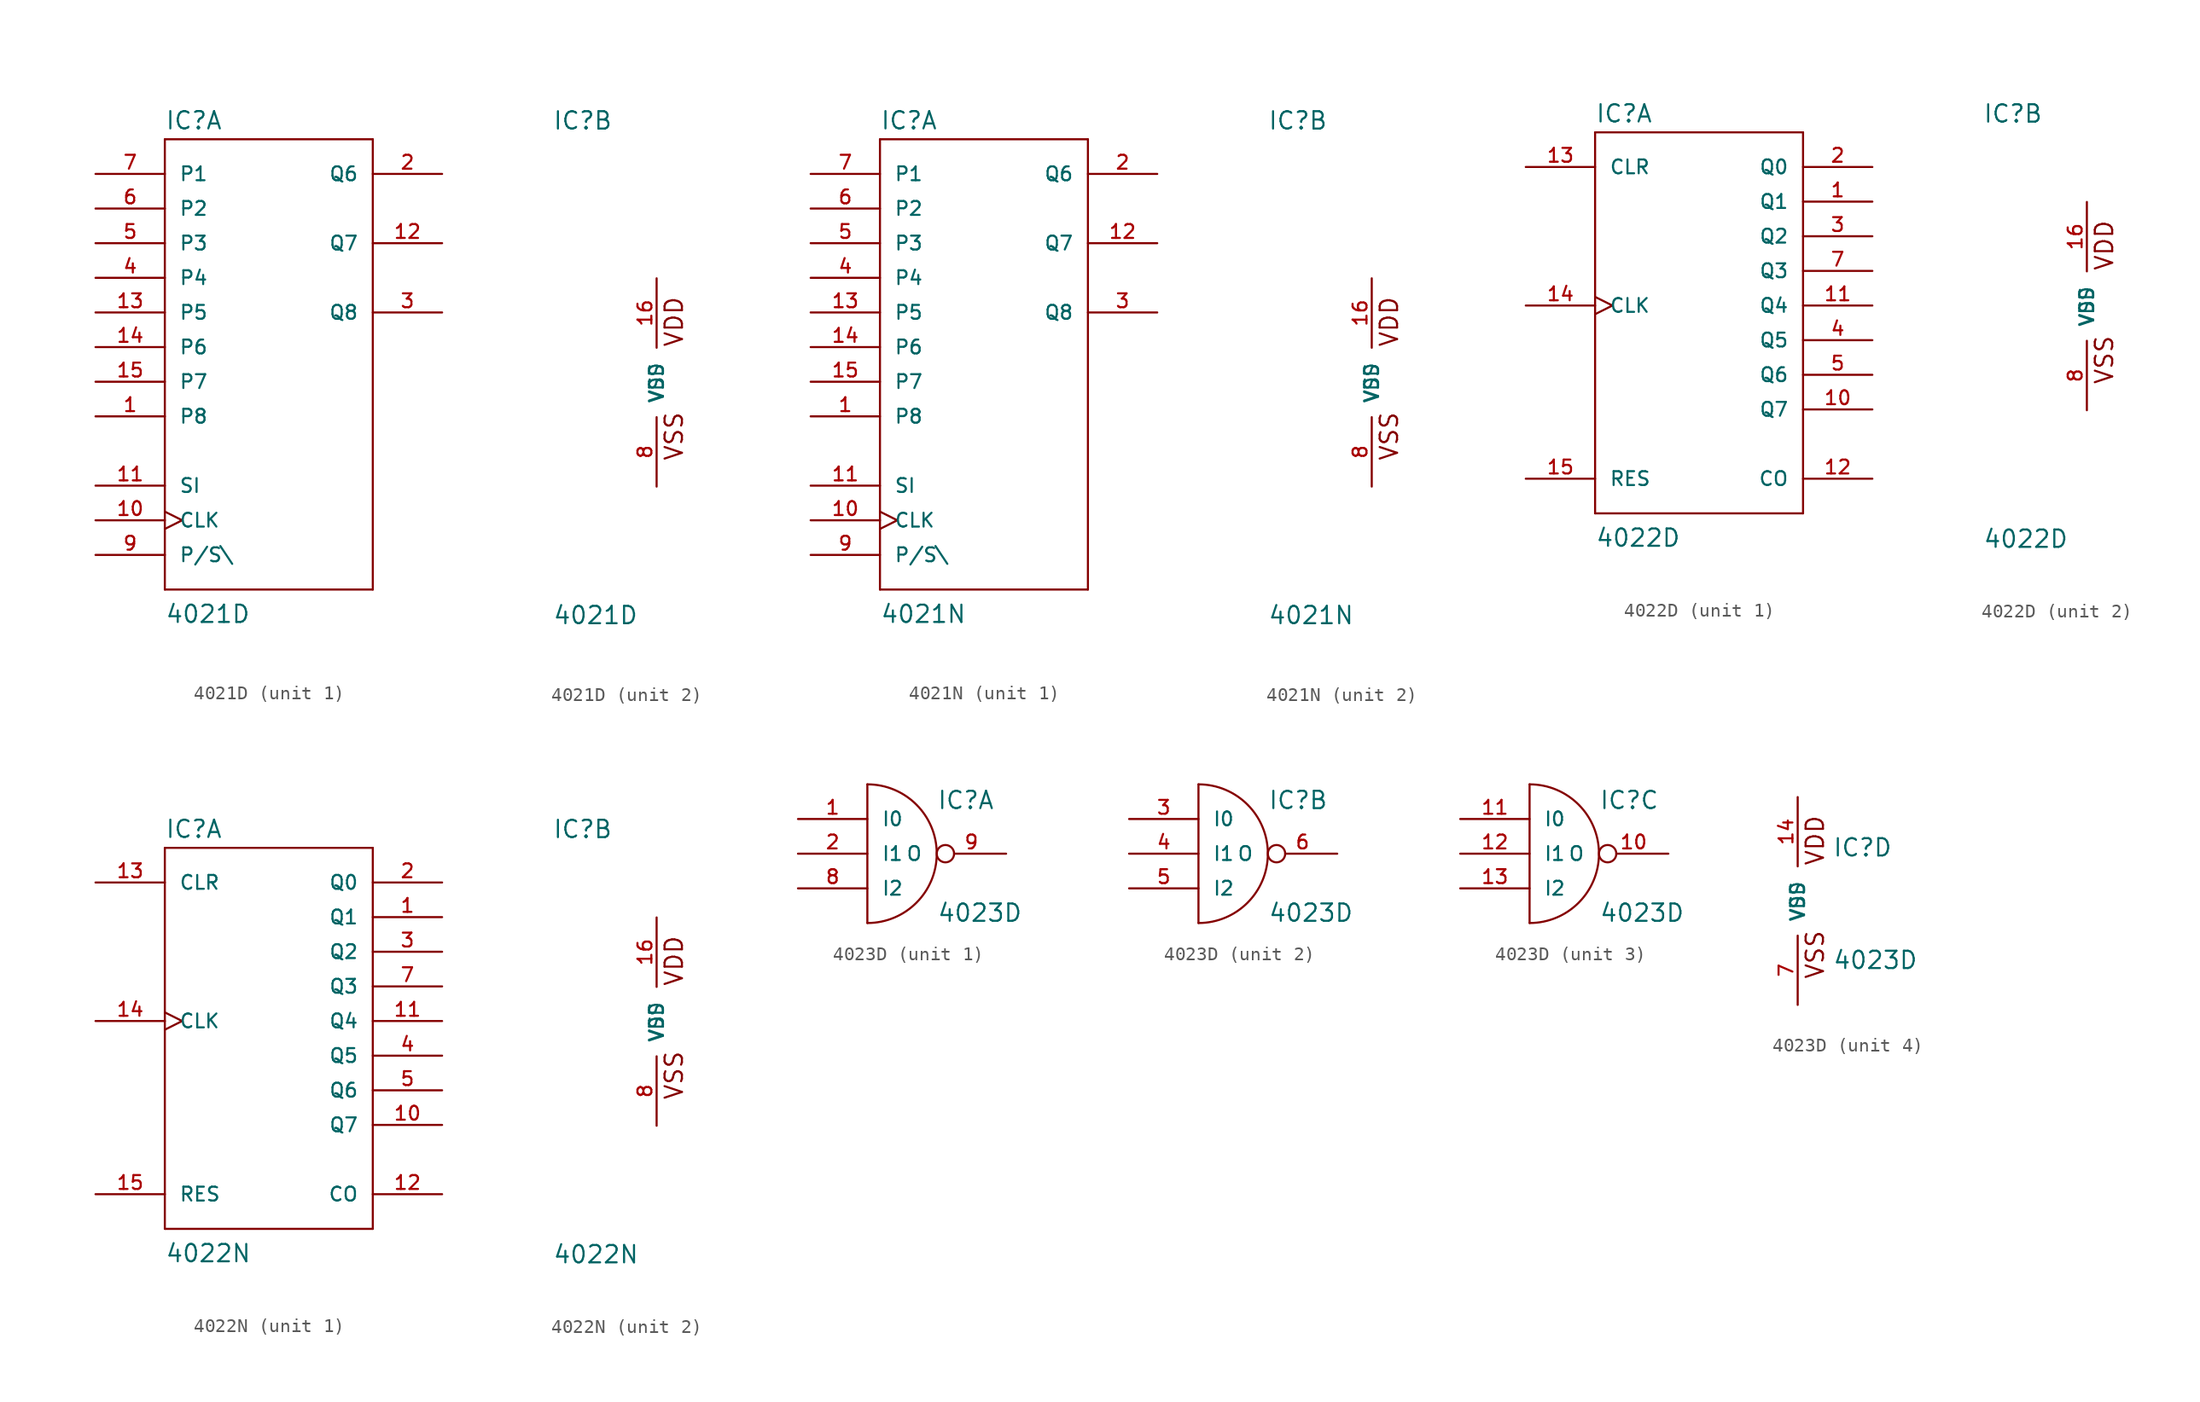
<source format=kicad_sym>
(kicad_symbol_lib
  (version 20211014)
  (generator kicad_symbol_editor)
  (symbol "4021D"
    (pin_names
      (offset 1.016))
    (property "Reference" "IC"
      (at -7.62 18.415 0)
      (effects (font (size 1.27 1.27)) (justify left bottom)))
    (property "Value" "4021D"
      (at -7.62 -17.78 0)
      (effects (font (size 1.27 1.27)) (justify left bottom)))
    (property "ki_locked" ""
      (at 0 0 0)
      (effects (font (size 1.27 1.27))))
    (symbol "4021D_1_0"
      (polyline (pts (xy -7.62 -15.24) (xy 7.62 -15.24)) (stroke (width 0) (type default) (color 0 0 0 0)) (fill (type none)))
      (polyline (pts (xy -7.62 17.78) (xy -7.62 -15.24)) (stroke (width 0) (type default) (color 0 0 0 0)) (fill (type none)))
      (polyline (pts (xy 7.62 -15.24) (xy 7.62 17.78)) (stroke (width 0) (type default) (color 0 0 0 0)) (fill (type none)))
      (polyline (pts (xy 7.62 17.78) (xy -7.62 17.78)) (stroke (width 0) (type default) (color 0 0 0 0)) (fill (type none))))
    (symbol "4021D_1_1"
      (pin input line (at -12.7 -2.54 0) (length 5.08) (name "P8" (effects (font (size 1.016 1.016)))) (number "1" (effects (font (size 1.016 1.016)))))
      (pin input clock (at -12.7 -10.16 0) (length 5.08) (name "CLK" (effects (font (size 1.016 1.016)))) (number "10" (effects (font (size 1.016 1.016)))))
      (pin input line (at -12.7 -7.62 0) (length 5.08) (name "SI" (effects (font (size 1.016 1.016)))) (number "11" (effects (font (size 1.016 1.016)))))
      (pin output line (at 12.7 10.16 180) (length 5.08) (name "Q7" (effects (font (size 1.016 1.016)))) (number "12" (effects (font (size 1.016 1.016)))))
      (pin input line (at -12.7 5.08 0) (length 5.08) (name "P5" (effects (font (size 1.016 1.016)))) (number "13" (effects (font (size 1.016 1.016)))))
      (pin input line (at -12.7 2.54 0) (length 5.08) (name "P6" (effects (font (size 1.016 1.016)))) (number "14" (effects (font (size 1.016 1.016)))))
      (pin input line (at -12.7 0 0) (length 5.08) (name "P7" (effects (font (size 1.016 1.016)))) (number "15" (effects (font (size 1.016 1.016)))))
      (pin output line (at 12.7 15.24 180) (length 5.08) (name "Q6" (effects (font (size 1.016 1.016)))) (number "2" (effects (font (size 1.016 1.016)))))
      (pin output line (at 12.7 5.08 180) (length 5.08) (name "Q8" (effects (font (size 1.016 1.016)))) (number "3" (effects (font (size 1.016 1.016)))))
      (pin input line (at -12.7 7.62 0) (length 5.08) (name "P4" (effects (font (size 1.016 1.016)))) (number "4" (effects (font (size 1.016 1.016)))))
      (pin input line (at -12.7 10.16 0) (length 5.08) (name "P3" (effects (font (size 1.016 1.016)))) (number "5" (effects (font (size 1.016 1.016)))))
      (pin input line (at -12.7 12.7 0) (length 5.08) (name "P2" (effects (font (size 1.016 1.016)))) (number "6" (effects (font (size 1.016 1.016)))))
      (pin input line (at -12.7 15.24 0) (length 5.08) (name "P1" (effects (font (size 1.016 1.016)))) (number "7" (effects (font (size 1.016 1.016)))))
      (pin input line (at -12.7 -12.7 0) (length 5.08) (name "P/S\\" (effects (font (size 1.016 1.016)))) (number "9" (effects (font (size 1.016 1.016))))))
    (symbol "4021D_2_0"
      (text "VDD" (at 1.27 4.445 1) (effects (font (size 1.27 1.27))))
      (text "VSS" (at 1.27 -3.937 1) (effects (font (size 1.27 1.27)))))
    (symbol "4021D_2_1"
      (pin power_in line (at 0 7.62 270) (length 5.08) (name "VDD" (effects (font (size 1.016 1.016)))) (number "16" (effects (font (size 1.016 1.016)))))
      (pin power_in line (at 0 -7.62 90) (length 5.08) (name "VSS" (effects (font (size 1.016 1.016)))) (number "8" (effects (font (size 1.016 1.016)))))))
  (symbol "4021N"
    (pin_names
      (offset 1.016))
    (property "Reference" "IC"
      (at -7.62 18.415 0)
      (effects (font (size 1.27 1.27)) (justify left bottom)))
    (property "Value" "4021N"
      (at -7.62 -17.78 0)
      (effects (font (size 1.27 1.27)) (justify left bottom)))
    (property "ki_locked" ""
      (at 0 0 0)
      (effects (font (size 1.27 1.27))))
    (symbol "4021N_1_0"
      (polyline (pts (xy -7.62 -15.24) (xy 7.62 -15.24)) (stroke (width 0) (type default) (color 0 0 0 0)) (fill (type none)))
      (polyline (pts (xy -7.62 17.78) (xy -7.62 -15.24)) (stroke (width 0) (type default) (color 0 0 0 0)) (fill (type none)))
      (polyline (pts (xy 7.62 -15.24) (xy 7.62 17.78)) (stroke (width 0) (type default) (color 0 0 0 0)) (fill (type none)))
      (polyline (pts (xy 7.62 17.78) (xy -7.62 17.78)) (stroke (width 0) (type default) (color 0 0 0 0)) (fill (type none))))
    (symbol "4021N_1_1"
      (pin input line (at -12.7 -2.54 0) (length 5.08) (name "P8" (effects (font (size 1.016 1.016)))) (number "1" (effects (font (size 1.016 1.016)))))
      (pin input clock (at -12.7 -10.16 0) (length 5.08) (name "CLK" (effects (font (size 1.016 1.016)))) (number "10" (effects (font (size 1.016 1.016)))))
      (pin input line (at -12.7 -7.62 0) (length 5.08) (name "SI" (effects (font (size 1.016 1.016)))) (number "11" (effects (font (size 1.016 1.016)))))
      (pin output line (at 12.7 10.16 180) (length 5.08) (name "Q7" (effects (font (size 1.016 1.016)))) (number "12" (effects (font (size 1.016 1.016)))))
      (pin input line (at -12.7 5.08 0) (length 5.08) (name "P5" (effects (font (size 1.016 1.016)))) (number "13" (effects (font (size 1.016 1.016)))))
      (pin input line (at -12.7 2.54 0) (length 5.08) (name "P6" (effects (font (size 1.016 1.016)))) (number "14" (effects (font (size 1.016 1.016)))))
      (pin input line (at -12.7 0 0) (length 5.08) (name "P7" (effects (font (size 1.016 1.016)))) (number "15" (effects (font (size 1.016 1.016)))))
      (pin output line (at 12.7 15.24 180) (length 5.08) (name "Q6" (effects (font (size 1.016 1.016)))) (number "2" (effects (font (size 1.016 1.016)))))
      (pin output line (at 12.7 5.08 180) (length 5.08) (name "Q8" (effects (font (size 1.016 1.016)))) (number "3" (effects (font (size 1.016 1.016)))))
      (pin input line (at -12.7 7.62 0) (length 5.08) (name "P4" (effects (font (size 1.016 1.016)))) (number "4" (effects (font (size 1.016 1.016)))))
      (pin input line (at -12.7 10.16 0) (length 5.08) (name "P3" (effects (font (size 1.016 1.016)))) (number "5" (effects (font (size 1.016 1.016)))))
      (pin input line (at -12.7 12.7 0) (length 5.08) (name "P2" (effects (font (size 1.016 1.016)))) (number "6" (effects (font (size 1.016 1.016)))))
      (pin input line (at -12.7 15.24 0) (length 5.08) (name "P1" (effects (font (size 1.016 1.016)))) (number "7" (effects (font (size 1.016 1.016)))))
      (pin input line (at -12.7 -12.7 0) (length 5.08) (name "P/S\\" (effects (font (size 1.016 1.016)))) (number "9" (effects (font (size 1.016 1.016))))))
    (symbol "4021N_2_0"
      (text "VDD" (at 1.27 4.445 1) (effects (font (size 1.27 1.27))))
      (text "VSS" (at 1.27 -3.937 1) (effects (font (size 1.27 1.27)))))
    (symbol "4021N_2_1"
      (pin power_in line (at 0 7.62 270) (length 5.08) (name "VDD" (effects (font (size 1.016 1.016)))) (number "16" (effects (font (size 1.016 1.016)))))
      (pin power_in line (at 0 -7.62 90) (length 5.08) (name "VSS" (effects (font (size 1.016 1.016)))) (number "8" (effects (font (size 1.016 1.016)))))))
  (symbol "4022D"
    (pin_names
      (offset 1.016))
    (property "Reference" "IC"
      (at -7.62 13.335 0)
      (effects (font (size 1.27 1.27)) (justify left bottom)))
    (property "Value" "4022D"
      (at -7.62 -17.78 0)
      (effects (font (size 1.27 1.27)) (justify left bottom)))
    (property "ki_locked" ""
      (at 0 0 0)
      (effects (font (size 1.27 1.27))))
    (symbol "4022D_1_0"
      (polyline (pts (xy -7.62 -15.24) (xy 7.62 -15.24)) (stroke (width 0) (type default) (color 0 0 0 0)) (fill (type none)))
      (polyline (pts (xy -7.62 12.7) (xy -7.62 -15.24)) (stroke (width 0) (type default) (color 0 0 0 0)) (fill (type none)))
      (polyline (pts (xy 7.62 -15.24) (xy 7.62 12.7)) (stroke (width 0) (type default) (color 0 0 0 0)) (fill (type none)))
      (polyline (pts (xy 7.62 12.7) (xy -7.62 12.7)) (stroke (width 0) (type default) (color 0 0 0 0)) (fill (type none))))
    (symbol "4022D_1_1"
      (pin output line (at 12.7 7.62 180) (length 5.08) (name "Q1" (effects (font (size 1.016 1.016)))) (number "1" (effects (font (size 1.016 1.016)))))
      (pin output line (at 12.7 -7.62 180) (length 5.08) (name "Q7" (effects (font (size 1.016 1.016)))) (number "10" (effects (font (size 1.016 1.016)))))
      (pin output line (at 12.7 0 180) (length 5.08) (name "Q4" (effects (font (size 1.016 1.016)))) (number "11" (effects (font (size 1.016 1.016)))))
      (pin output line (at 12.7 -12.7 180) (length 5.08) (name "CO" (effects (font (size 1.016 1.016)))) (number "12" (effects (font (size 1.016 1.016)))))
      (pin input line (at -12.7 10.16 0) (length 5.08) (name "CLR" (effects (font (size 1.016 1.016)))) (number "13" (effects (font (size 1.016 1.016)))))
      (pin input clock (at -12.7 0 0) (length 5.08) (name "CLK" (effects (font (size 1.016 1.016)))) (number "14" (effects (font (size 1.016 1.016)))))
      (pin input line (at -12.7 -12.7 0) (length 5.08) (name "RES" (effects (font (size 1.016 1.016)))) (number "15" (effects (font (size 1.016 1.016)))))
      (pin output line (at 12.7 10.16 180) (length 5.08) (name "Q0" (effects (font (size 1.016 1.016)))) (number "2" (effects (font (size 1.016 1.016)))))
      (pin output line (at 12.7 5.08 180) (length 5.08) (name "Q2" (effects (font (size 1.016 1.016)))) (number "3" (effects (font (size 1.016 1.016)))))
      (pin output line (at 12.7 -2.54 180) (length 5.08) (name "Q5" (effects (font (size 1.016 1.016)))) (number "4" (effects (font (size 1.016 1.016)))))
      (pin output line (at 12.7 -5.08 180) (length 5.08) (name "Q6" (effects (font (size 1.016 1.016)))) (number "5" (effects (font (size 1.016 1.016)))))
      (pin output line (at 12.7 2.54 180) (length 5.08) (name "Q3" (effects (font (size 1.016 1.016)))) (number "7" (effects (font (size 1.016 1.016))))))
    (symbol "4022D_2_0"
      (text "VDD" (at 1.27 4.445 1) (effects (font (size 1.27 1.27))))
      (text "VSS" (at 1.27 -3.937 1) (effects (font (size 1.27 1.27)))))
    (symbol "4022D_2_1"
      (pin power_in line (at 0 7.62 270) (length 5.08) (name "VDD" (effects (font (size 1.016 1.016)))) (number "16" (effects (font (size 1.016 1.016)))))
      (pin power_in line (at 0 -7.62 90) (length 5.08) (name "VSS" (effects (font (size 1.016 1.016)))) (number "8" (effects (font (size 1.016 1.016)))))))
  (symbol "4022N"
    (pin_names
      (offset 1.016))
    (property "Reference" "IC"
      (at -7.62 13.335 0)
      (effects (font (size 1.27 1.27)) (justify left bottom)))
    (property "Value" "4022N"
      (at -7.62 -17.78 0)
      (effects (font (size 1.27 1.27)) (justify left bottom)))
    (property "ki_locked" ""
      (at 0 0 0)
      (effects (font (size 1.27 1.27))))
    (symbol "4022N_1_0"
      (polyline (pts (xy -7.62 -15.24) (xy 7.62 -15.24)) (stroke (width 0) (type default) (color 0 0 0 0)) (fill (type none)))
      (polyline (pts (xy -7.62 12.7) (xy -7.62 -15.24)) (stroke (width 0) (type default) (color 0 0 0 0)) (fill (type none)))
      (polyline (pts (xy 7.62 -15.24) (xy 7.62 12.7)) (stroke (width 0) (type default) (color 0 0 0 0)) (fill (type none)))
      (polyline (pts (xy 7.62 12.7) (xy -7.62 12.7)) (stroke (width 0) (type default) (color 0 0 0 0)) (fill (type none))))
    (symbol "4022N_1_1"
      (pin output line (at 12.7 7.62 180) (length 5.08) (name "Q1" (effects (font (size 1.016 1.016)))) (number "1" (effects (font (size 1.016 1.016)))))
      (pin output line (at 12.7 -7.62 180) (length 5.08) (name "Q7" (effects (font (size 1.016 1.016)))) (number "10" (effects (font (size 1.016 1.016)))))
      (pin output line (at 12.7 0 180) (length 5.08) (name "Q4" (effects (font (size 1.016 1.016)))) (number "11" (effects (font (size 1.016 1.016)))))
      (pin output line (at 12.7 -12.7 180) (length 5.08) (name "CO" (effects (font (size 1.016 1.016)))) (number "12" (effects (font (size 1.016 1.016)))))
      (pin input line (at -12.7 10.16 0) (length 5.08) (name "CLR" (effects (font (size 1.016 1.016)))) (number "13" (effects (font (size 1.016 1.016)))))
      (pin input clock (at -12.7 0 0) (length 5.08) (name "CLK" (effects (font (size 1.016 1.016)))) (number "14" (effects (font (size 1.016 1.016)))))
      (pin input line (at -12.7 -12.7 0) (length 5.08) (name "RES" (effects (font (size 1.016 1.016)))) (number "15" (effects (font (size 1.016 1.016)))))
      (pin output line (at 12.7 10.16 180) (length 5.08) (name "Q0" (effects (font (size 1.016 1.016)))) (number "2" (effects (font (size 1.016 1.016)))))
      (pin output line (at 12.7 5.08 180) (length 5.08) (name "Q2" (effects (font (size 1.016 1.016)))) (number "3" (effects (font (size 1.016 1.016)))))
      (pin output line (at 12.7 -2.54 180) (length 5.08) (name "Q5" (effects (font (size 1.016 1.016)))) (number "4" (effects (font (size 1.016 1.016)))))
      (pin output line (at 12.7 -5.08 180) (length 5.08) (name "Q6" (effects (font (size 1.016 1.016)))) (number "5" (effects (font (size 1.016 1.016)))))
      (pin output line (at 12.7 2.54 180) (length 5.08) (name "Q3" (effects (font (size 1.016 1.016)))) (number "7" (effects (font (size 1.016 1.016))))))
    (symbol "4022N_2_0"
      (text "VDD" (at 1.27 4.445 1) (effects (font (size 1.27 1.27))))
      (text "VSS" (at 1.27 -3.937 1) (effects (font (size 1.27 1.27)))))
    (symbol "4022N_2_1"
      (pin power_in line (at 0 7.62 270) (length 5.08) (name "VDD" (effects (font (size 1.016 1.016)))) (number "16" (effects (font (size 1.016 1.016)))))
      (pin power_in line (at 0 -7.62 90) (length 5.08) (name "VSS" (effects (font (size 1.016 1.016)))) (number "8" (effects (font (size 1.016 1.016)))))))
  (symbol "4023D"
    (pin_names
      (offset 1.016))
    (property "Reference" "IC"
      (at 2.54 3.175 0)
      (effects (font (size 1.27 1.27)) (justify left bottom)))
    (property "Value" "4023D"
      (at 2.54 -5.08 0)
      (effects (font (size 1.27 1.27)) (justify left bottom)))
    (property "ki_locked" ""
      (at 0 0 0)
      (effects (font (size 1.27 1.27))))
    (symbol "4023D_1_0"
      (polyline (pts (xy -2.54 5.08) (xy -2.54 -5.08)) (stroke (width 0) (type default) (color 0 0 0 0)) (fill (type none))))
    (symbol "4023D_1_1"
      (arc (start -2.54 -5.08) (mid 2.54 0) (end -2.54 5.08) (stroke (width 0) (type default) (color 0 0 0 0)) (fill (type none)))
      (pin input line (at -7.62 2.54 0) (length 5.08) (name "I0" (effects (font (size 1.016 1.016)))) (number "1" (effects (font (size 1.016 1.016)))))
      (pin input line (at -7.62 0 0) (length 5.08) (name "I1" (effects (font (size 1.016 1.016)))) (number "2" (effects (font (size 1.016 1.016)))))
      (pin input line (at -7.62 -2.54 0) (length 5.08) (name "I2" (effects (font (size 1.016 1.016)))) (number "8" (effects (font (size 1.016 1.016)))))
      (pin output inverted (at 7.62 0 180) (length 5.08) (name "O" (effects (font (size 1.016 1.016)))) (number "9" (effects (font (size 1.016 1.016))))))
    (symbol "4023D_2_0"
      (polyline (pts (xy -2.54 5.08) (xy -2.54 -5.08)) (stroke (width 0) (type default) (color 0 0 0 0)) (fill (type none))))
    (symbol "4023D_2_1"
      (arc (start -2.54 -5.08) (mid 2.54 0) (end -2.54 5.08) (stroke (width 0) (type default) (color 0 0 0 0)) (fill (type none)))
      (pin input line (at -7.62 2.54 0) (length 5.08) (name "I0" (effects (font (size 1.016 1.016)))) (number "3" (effects (font (size 1.016 1.016)))))
      (pin input line (at -7.62 0 0) (length 5.08) (name "I1" (effects (font (size 1.016 1.016)))) (number "4" (effects (font (size 1.016 1.016)))))
      (pin input line (at -7.62 -2.54 0) (length 5.08) (name "I2" (effects (font (size 1.016 1.016)))) (number "5" (effects (font (size 1.016 1.016)))))
      (pin output inverted (at 7.62 0 180) (length 5.08) (name "O" (effects (font (size 1.016 1.016)))) (number "6" (effects (font (size 1.016 1.016))))))
    (symbol "4023D_3_0"
      (polyline (pts (xy -2.54 5.08) (xy -2.54 -5.08)) (stroke (width 0) (type default) (color 0 0 0 0)) (fill (type none))))
    (symbol "4023D_3_1"
      (arc (start -2.54 -5.08) (mid 2.54 0) (end -2.54 5.08) (stroke (width 0) (type default) (color 0 0 0 0)) (fill (type none)))
      (pin output inverted (at 7.62 0 180) (length 5.08) (name "O" (effects (font (size 1.016 1.016)))) (number "10" (effects (font (size 1.016 1.016)))))
      (pin input line (at -7.62 2.54 0) (length 5.08) (name "I0" (effects (font (size 1.016 1.016)))) (number "11" (effects (font (size 1.016 1.016)))))
      (pin input line (at -7.62 0 0) (length 5.08) (name "I1" (effects (font (size 1.016 1.016)))) (number "12" (effects (font (size 1.016 1.016)))))
      (pin input line (at -7.62 -2.54 0) (length 5.08) (name "I2" (effects (font (size 1.016 1.016)))) (number "13" (effects (font (size 1.016 1.016))))))
    (symbol "4023D_4_0"
      (text "VDD" (at 1.27 4.445 1) (effects (font (size 1.27 1.27))))
      (text "VSS" (at 1.27 -3.937 1) (effects (font (size 1.27 1.27)))))
    (symbol "4023D_4_1"
      (pin power_in line (at 0 7.62 270) (length 5.08) (name "VDD" (effects (font (size 1.016 1.016)))) (number "14" (effects (font (size 1.016 1.016)))))
      (pin power_in line (at 0 -7.62 90) (length 5.08) (name "VSS" (effects (font (size 1.016 1.016)))) (number "7" (effects (font (size 1.016 1.016))))))))
</source>
